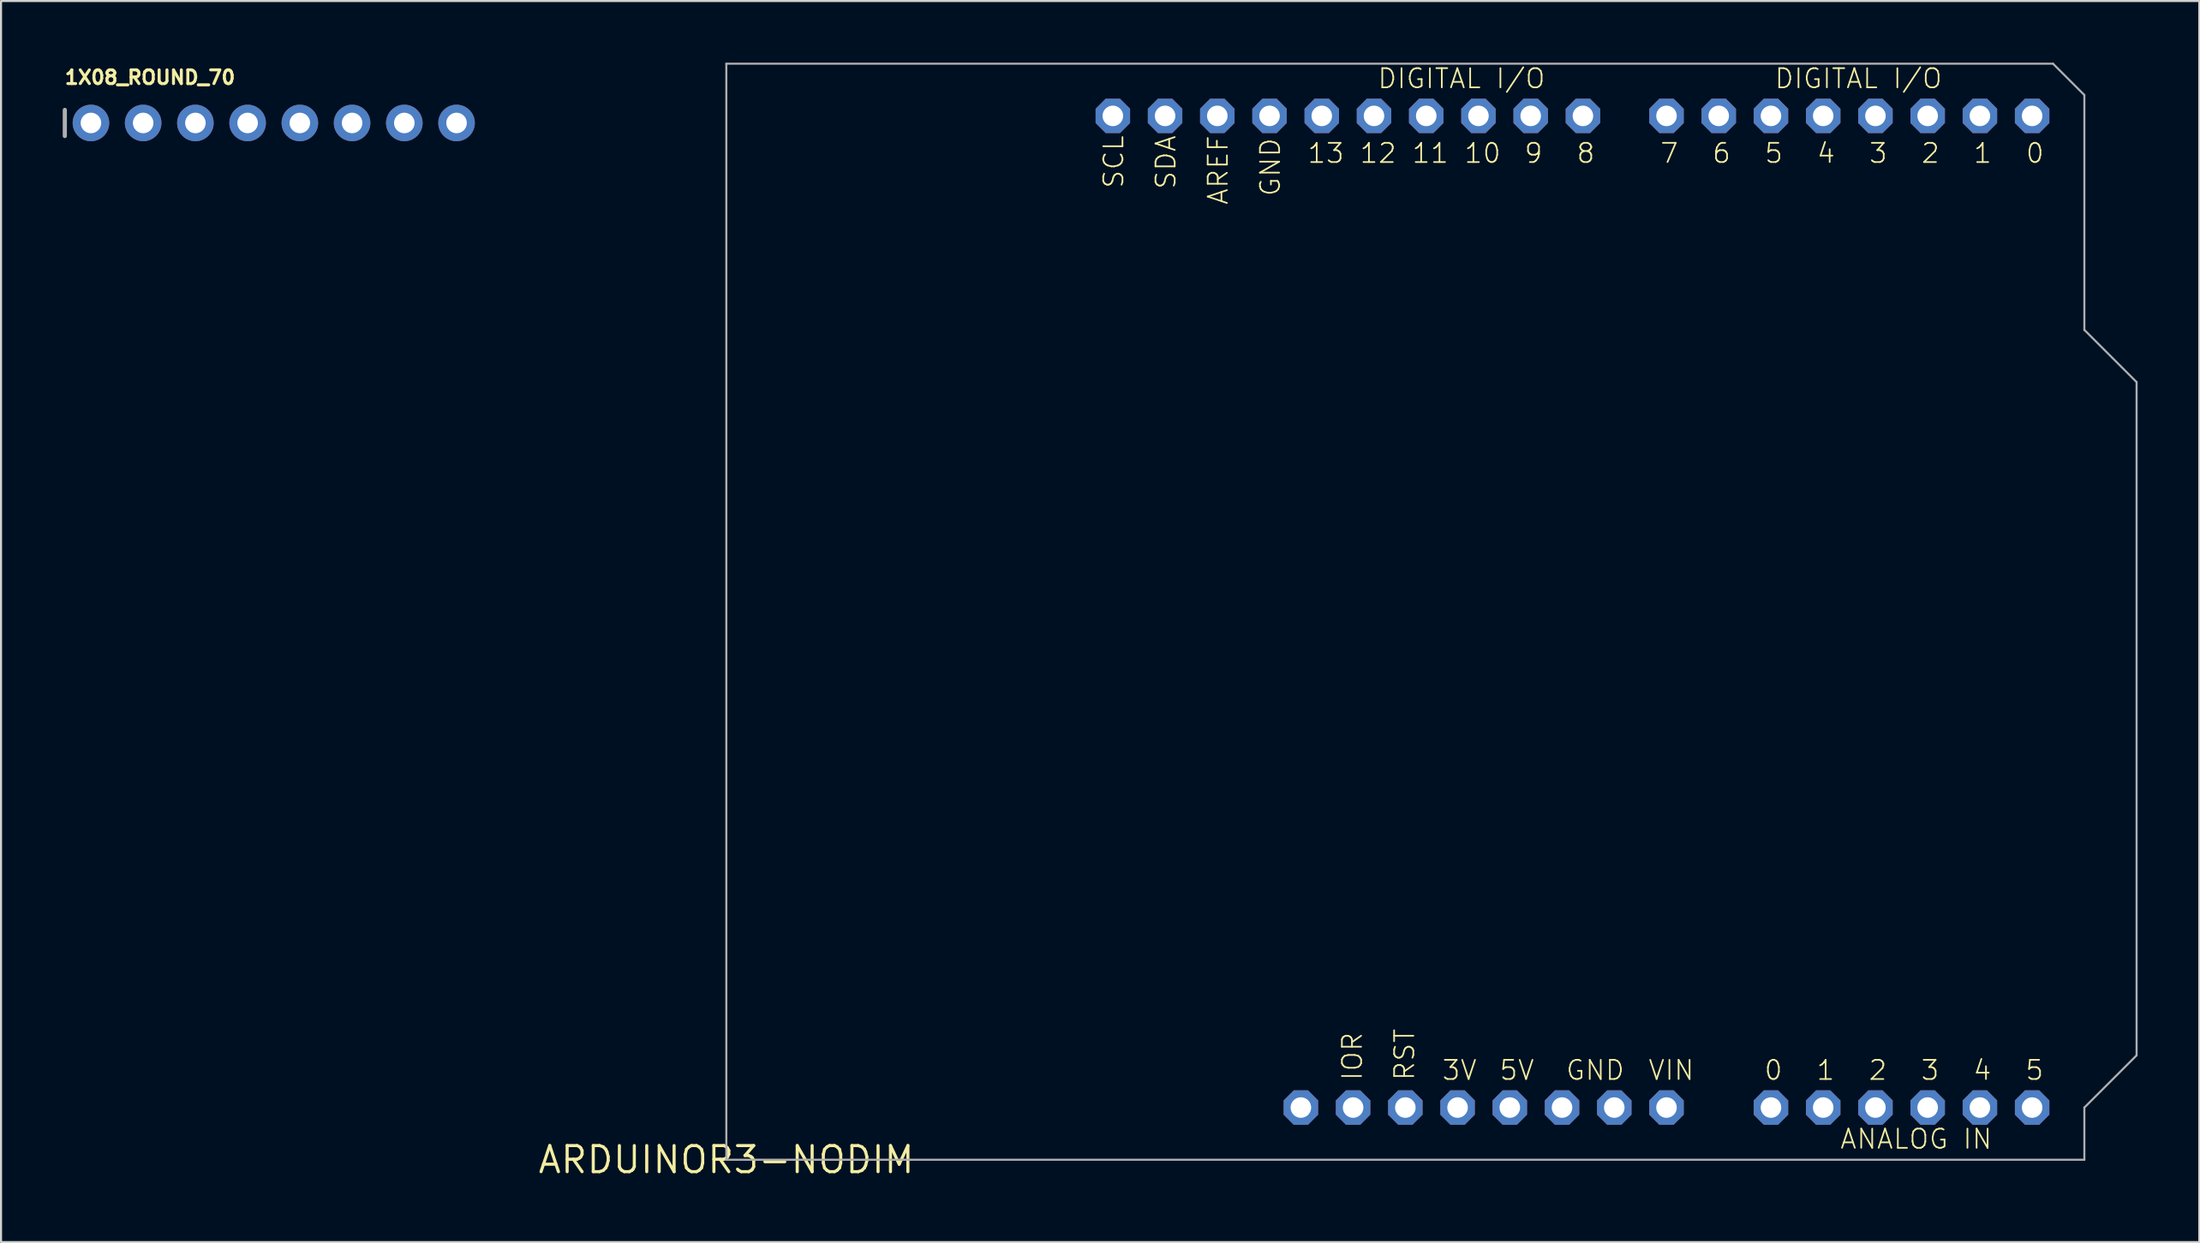
<source format=kicad_pcb>
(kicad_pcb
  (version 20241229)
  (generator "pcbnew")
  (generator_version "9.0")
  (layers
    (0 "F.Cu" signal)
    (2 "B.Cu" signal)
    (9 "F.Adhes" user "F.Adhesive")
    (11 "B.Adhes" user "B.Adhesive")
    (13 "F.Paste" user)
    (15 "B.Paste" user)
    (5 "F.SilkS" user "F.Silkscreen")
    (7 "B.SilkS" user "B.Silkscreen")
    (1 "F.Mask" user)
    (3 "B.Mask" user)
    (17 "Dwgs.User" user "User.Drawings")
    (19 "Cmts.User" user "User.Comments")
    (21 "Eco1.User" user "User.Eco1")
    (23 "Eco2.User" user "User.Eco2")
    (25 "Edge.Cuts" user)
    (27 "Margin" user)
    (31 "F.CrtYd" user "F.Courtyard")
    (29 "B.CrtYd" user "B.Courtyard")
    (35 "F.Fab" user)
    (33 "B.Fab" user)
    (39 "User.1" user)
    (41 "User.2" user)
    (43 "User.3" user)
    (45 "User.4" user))
  (footprint "ARDUINOR3-NODIM"
    (layer "F.Cu")
    (at 32.271 53.39)
    (property "Reference" "ARDUINOR3-NODIM" (at 0 0 0) (layer "F.SilkS") (effects (font (size 1.27 1.27) (thickness 0.15))))
    (fp_line (start 0 -53.34) (end 0 0) (stroke (width 0.1) (type solid)) (layer "F.Fab"))
    (fp_line (start 0 0) (end 66.04 0) (stroke (width 0.1) (type solid)) (layer "F.Fab"))
    (fp_line (start 64.516 -53.34) (end 0 -53.34) (stroke (width 0.1) (type solid)) (layer "F.Fab"))
    (fp_line (start 66.04 -51.816) (end 64.516 -53.34) (stroke (width 0.1) (type solid)) (layer "F.Fab"))
    (fp_line (start 66.04 -40.386) (end 66.04 -51.816) (stroke (width 0.1) (type solid)) (layer "F.Fab"))
    (fp_line (start 66.04 -2.54) (end 68.58 -5.08) (stroke (width 0.1) (type solid)) (layer "F.Fab"))
    (fp_line (start 66.04 0) (end 66.04 -2.54) (stroke (width 0.1) (type solid)) (layer "F.Fab"))
    (fp_line (start 68.58 -37.846) (end 66.04 -40.386) (stroke (width 0.1) (type solid)) (layer "F.Fab"))
    (fp_line (start 68.58 -5.08) (end 68.58 -37.846) (stroke (width 0.1) (type solid)) (layer "F.Fab"))
    (fp_text user "8" (at 42.291 -49.53 0) (layer "F.SilkS") (effects (font (size 0.935 0.935) (thickness 0.081)) (justify right top)))
    (fp_text user "2" (at 55.499 -3.81 0) (layer "F.SilkS") (effects (font (size 0.935 0.935) (thickness 0.081)) (justify left bottom)))
    (fp_text user "7" (at 46.355 -49.53 0) (layer "F.SilkS") (effects (font (size 0.935 0.935) (thickness 0.081)) (justify right top)))
    (fp_text user "IOR" (at 30.988 -3.8 90) (layer "F.SilkS") (effects (font (size 0.935 0.935) (thickness 0.081)) (justify left bottom)))
    (fp_text user "5" (at 51.435 -49.53 0) (layer "F.SilkS") (effects (font (size 0.935 0.935) (thickness 0.081)) (justify right top)))
    (fp_text user "DIGITAL I/O" (at 50.927 -52.07 0) (layer "F.SilkS") (effects (font (size 0.935 0.935) (thickness 0.081)) (justify left bottom)))
    (fp_text user "SCL" (at 18.288 -49.911 90) (layer "F.SilkS") (effects (font (size 0.935 0.935) (thickness 0.081)) (justify right top)))
    (fp_text user "RST" (at 33.528 -3.8 90) (layer "F.SilkS") (effects (font (size 0.935 0.935) (thickness 0.081)) (justify left bottom)))
    (fp_text user "4" (at 60.579 -3.81 0) (layer "F.SilkS") (effects (font (size 0.935 0.935) (thickness 0.081)) (justify left bottom)))
    (fp_text user "0" (at 64.135 -49.53 0) (layer "F.SilkS") (effects (font (size 0.935 0.935) (thickness 0.081)) (justify right top)))
    (fp_text user "1" (at 61.595 -49.53 0) (layer "F.SilkS") (effects (font (size 0.935 0.935) (thickness 0.081)) (justify right top)))
    (fp_text user "11" (at 35.179 -49.53 0) (layer "F.SilkS") (effects (font (size 0.935 0.935) (thickness 0.081)) (justify right top)))
    (fp_text user "VIN" (at 44.785 -3.81 0) (layer "F.SilkS") (effects (font (size 0.935 0.935) (thickness 0.081)) (justify left bottom)))
    (fp_text user "3V" (at 34.752 -3.81 0) (layer "F.SilkS") (effects (font (size 0.935 0.935) (thickness 0.081)) (justify left bottom)))
    (fp_text user "4" (at 53.975 -49.53 0) (layer "F.SilkS") (effects (font (size 0.935 0.935) (thickness 0.081)) (justify right top)))
    (fp_text user "10" (at 37.719 -49.53 0) (layer "F.SilkS") (effects (font (size 0.935 0.935) (thickness 0.081)) (justify right top)))
    (fp_text user "1" (at 52.959 -3.81 0) (layer "F.SilkS") (effects (font (size 0.935 0.935) (thickness 0.081)) (justify left bottom)))
    (fp_text user "GND" (at 25.908 -49.784 90) (layer "F.SilkS") (effects (font (size 0.935 0.935) (thickness 0.081)) (justify right top)))
    (fp_text user "0" (at 50.419 -3.81 0) (layer "F.SilkS") (effects (font (size 0.935 0.935) (thickness 0.081)) (justify left bottom)))
    (fp_text user "5" (at 63.119 -3.81 0) (layer "F.SilkS") (effects (font (size 0.935 0.935) (thickness 0.081)) (justify left bottom)))
    (fp_text user "12" (at 32.639 -49.53 0) (layer "F.SilkS") (effects (font (size 0.935 0.935) (thickness 0.081)) (justify right top)))
    (fp_text user "AREF" (at 23.368 -49.911 90) (layer "F.SilkS") (effects (font (size 0.935 0.935) (thickness 0.081)) (justify right top)))
    (fp_text user "SDA" (at 20.828 -49.911 90) (layer "F.SilkS") (effects (font (size 0.935 0.935) (thickness 0.081)) (justify right top)))
    (fp_text user "3" (at 56.515 -49.53 0) (layer "F.SilkS") (effects (font (size 0.935 0.935) (thickness 0.081)) (justify right top)))
    (fp_text user "6" (at 48.895 -49.53 0) (layer "F.SilkS") (effects (font (size 0.935 0.935) (thickness 0.081)) (justify right top)))
    (fp_text user "ANALOG IN" (at 54.112 -0.462 0) (layer "F.SilkS") (effects (font (size 0.935 0.935) (thickness 0.081)) (justify left bottom)))
    (fp_text user "2" (at 59.055 -49.53 0) (layer "F.SilkS") (effects (font (size 0.935 0.935) (thickness 0.081)) (justify right top)))
    (fp_text user "9" (at 39.751 -49.53 0) (layer "F.SilkS") (effects (font (size 0.935 0.935) (thickness 0.081)) (justify right top)))
    (fp_text user "DIGITAL I/O" (at 31.623 -52.07 0) (layer "F.SilkS") (effects (font (size 0.935 0.935) (thickness 0.081)) (justify left bottom)))
    (fp_text user "5V" (at 37.546 -3.81 0) (layer "F.SilkS") (effects (font (size 0.935 0.935) (thickness 0.081)) (justify left bottom)))
    (fp_text user "13" (at 30.099 -49.53 0) (layer "F.SilkS") (effects (font (size 0.935 0.935) (thickness 0.081)) (justify right top)))
    (fp_text user "GND" (at 40.777 -3.81 0) (layer "F.SilkS") (effects (font (size 0.935 0.935) (thickness 0.081)) (justify left bottom)))
    (fp_text user "3" (at 58.039 -3.81 0) (layer "F.SilkS") (effects (font (size 0.935 0.935) (thickness 0.081)) (justify left bottom)))
    (pad "3V" thru_hole roundrect (at 35.56 -2.54) (size 1.676 1.676) (drill 1) (layers "*.Cu" "*.Mask") (roundrect_rratio 0.25) (chamfer_ratio 0.293) (chamfer top_left top_right bottom_left bottom_right))
    (pad "5V" thru_hole roundrect (at 38.1 -2.54) (size 1.676 1.676) (drill 1) (layers "*.Cu" "*.Mask") (roundrect_rratio 0.25) (chamfer_ratio 0.293) (chamfer top_left top_right bottom_left bottom_right))
    (pad "A0" thru_hole roundrect (at 50.8 -2.54) (size 1.676 1.676) (drill 1) (layers "*.Cu" "*.Mask") (roundrect_rratio 0.25) (chamfer_ratio 0.293) (chamfer top_left top_right bottom_left bottom_right))
    (pad "A1" thru_hole roundrect (at 53.34 -2.54) (size 1.676 1.676) (drill 1) (layers "*.Cu" "*.Mask") (roundrect_rratio 0.25) (chamfer_ratio 0.293) (chamfer top_left top_right bottom_left bottom_right))
    (pad "A2" thru_hole roundrect (at 55.88 -2.54) (size 1.676 1.676) (drill 1) (layers "*.Cu" "*.Mask") (roundrect_rratio 0.25) (chamfer_ratio 0.293) (chamfer top_left top_right bottom_left bottom_right))
    (pad "A3" thru_hole roundrect (at 58.42 -2.54) (size 1.676 1.676) (drill 1) (layers "*.Cu" "*.Mask") (roundrect_rratio 0.25) (chamfer_ratio 0.293) (chamfer top_left top_right bottom_left bottom_right))
    (pad "A4" thru_hole roundrect (at 60.96 -2.54) (size 1.676 1.676) (drill 1) (layers "*.Cu" "*.Mask") (roundrect_rratio 0.25) (chamfer_ratio 0.293) (chamfer top_left top_right bottom_left bottom_right))
    (pad "A5" thru_hole roundrect (at 63.5 -2.54) (size 1.676 1.676) (drill 1) (layers "*.Cu" "*.Mask") (roundrect_rratio 0.25) (chamfer_ratio 0.293) (chamfer top_left top_right bottom_left bottom_right))
    (pad "AREF" thru_hole roundrect (at 23.876 -50.8) (size 1.676 1.676) (drill 1) (layers "*.Cu" "*.Mask") (roundrect_rratio 0.25) (chamfer_ratio 0.293) (chamfer top_left top_right bottom_left bottom_right))
    (pad "D0" thru_hole roundrect (at 63.5 -50.8) (size 1.676 1.676) (drill 1) (layers "*.Cu" "*.Mask") (roundrect_rratio 0.25) (chamfer_ratio 0.293) (chamfer top_left top_right bottom_left bottom_right))
    (pad "D1" thru_hole roundrect (at 60.96 -50.8) (size 1.676 1.676) (drill 1) (layers "*.Cu" "*.Mask") (roundrect_rratio 0.25) (chamfer_ratio 0.293) (chamfer top_left top_right bottom_left bottom_right))
    (pad "D2" thru_hole roundrect (at 58.42 -50.8) (size 1.676 1.676) (drill 1) (layers "*.Cu" "*.Mask") (roundrect_rratio 0.25) (chamfer_ratio 0.293) (chamfer top_left top_right bottom_left bottom_right))
    (pad "D3" thru_hole roundrect (at 55.88 -50.8) (size 1.676 1.676) (drill 1) (layers "*.Cu" "*.Mask") (roundrect_rratio 0.25) (chamfer_ratio 0.293) (chamfer top_left top_right bottom_left bottom_right))
    (pad "D4" thru_hole roundrect (at 53.34 -50.8) (size 1.676 1.676) (drill 1) (layers "*.Cu" "*.Mask") (roundrect_rratio 0.25) (chamfer_ratio 0.293) (chamfer top_left top_right bottom_left bottom_right))
    (pad "D5" thru_hole roundrect (at 50.8 -50.8) (size 1.676 1.676) (drill 1) (layers "*.Cu" "*.Mask") (roundrect_rratio 0.25) (chamfer_ratio 0.293) (chamfer top_left top_right bottom_left bottom_right))
    (pad "D6" thru_hole roundrect (at 48.26 -50.8) (size 1.676 1.676) (drill 1) (layers "*.Cu" "*.Mask") (roundrect_rratio 0.25) (chamfer_ratio 0.293) (chamfer top_left top_right bottom_left bottom_right))
    (pad "D7" thru_hole roundrect (at 45.72 -50.8) (size 1.676 1.676) (drill 1) (layers "*.Cu" "*.Mask") (roundrect_rratio 0.25) (chamfer_ratio 0.293) (chamfer top_left top_right bottom_left bottom_right))
    (pad "D8" thru_hole roundrect (at 41.656 -50.8) (size 1.676 1.676) (drill 1) (layers "*.Cu" "*.Mask") (roundrect_rratio 0.25) (chamfer_ratio 0.293) (chamfer top_left top_right bottom_left bottom_right))
    (pad "D9" thru_hole roundrect (at 39.116 -50.8) (size 1.676 1.676) (drill 1) (layers "*.Cu" "*.Mask") (roundrect_rratio 0.25) (chamfer_ratio 0.293) (chamfer top_left top_right bottom_left bottom_right))
    (pad "D10" thru_hole roundrect (at 36.576 -50.8) (size 1.676 1.676) (drill 1) (layers "*.Cu" "*.Mask") (roundrect_rratio 0.25) (chamfer_ratio 0.293) (chamfer top_left top_right bottom_left bottom_right))
    (pad "D11" thru_hole roundrect (at 34.036 -50.8) (size 1.676 1.676) (drill 1) (layers "*.Cu" "*.Mask") (roundrect_rratio 0.25) (chamfer_ratio 0.293) (chamfer top_left top_right bottom_left bottom_right))
    (pad "D12" thru_hole roundrect (at 31.496 -50.8) (size 1.676 1.676) (drill 1) (layers "*.Cu" "*.Mask") (roundrect_rratio 0.25) (chamfer_ratio 0.293) (chamfer top_left top_right bottom_left bottom_right))
    (pad "D13" thru_hole roundrect (at 28.956 -50.8) (size 1.676 1.676) (drill 1) (layers "*.Cu" "*.Mask") (roundrect_rratio 0.25) (chamfer_ratio 0.293) (chamfer top_left top_right bottom_left bottom_right))
    (pad "GND" thru_hole roundrect (at 26.416 -50.8) (size 1.676 1.676) (drill 1) (layers "*.Cu" "*.Mask") (roundrect_rratio 0.25) (chamfer_ratio 0.293) (chamfer top_left top_right bottom_left bottom_right))
    (pad "GND1" thru_hole roundrect (at 43.18 -2.54) (size 1.676 1.676) (drill 1) (layers "*.Cu" "*.Mask") (roundrect_rratio 0.25) (chamfer_ratio 0.293) (chamfer top_left top_right bottom_left bottom_right))
    (pad "GND2" thru_hole roundrect (at 40.64 -2.54) (size 1.676 1.676) (drill 1) (layers "*.Cu" "*.Mask") (roundrect_rratio 0.25) (chamfer_ratio 0.293) (chamfer top_left top_right bottom_left bottom_right))
    (pad "IOREF" thru_hole roundrect (at 30.48 -2.54) (size 1.676 1.676) (drill 1) (layers "*.Cu" "*.Mask") (roundrect_rratio 0.25) (chamfer_ratio 0.293) (chamfer top_left top_right bottom_left bottom_right))
    (pad "RESERVED" thru_hole roundrect (at 27.94 -2.54) (size 1.676 1.676) (drill 1) (layers "*.Cu" "*.Mask") (roundrect_rratio 0.25) (chamfer_ratio 0.293) (chamfer top_left top_right bottom_left bottom_right))
    (pad "RESET" thru_hole roundrect (at 33.02 -2.54) (size 1.676 1.676) (drill 1) (layers "*.Cu" "*.Mask") (roundrect_rratio 0.25) (chamfer_ratio 0.293) (chamfer top_left top_right bottom_left bottom_right))
    (pad "SCL" thru_hole roundrect (at 18.796 -50.8) (size 1.676 1.676) (drill 1) (layers "*.Cu" "*.Mask") (roundrect_rratio 0.25) (chamfer_ratio 0.293) (chamfer top_left top_right bottom_left bottom_right))
    (pad "SDA" thru_hole roundrect (at 21.336 -50.8) (size 1.676 1.676) (drill 1) (layers "*.Cu" "*.Mask") (roundrect_rratio 0.25) (chamfer_ratio 0.293) (chamfer top_left top_right bottom_left bottom_right))
    (pad "VIN" thru_hole roundrect (at 45.72 -2.54) (size 1.676 1.676) (drill 1) (layers "*.Cu" "*.Mask") (roundrect_rratio 0.25) (chamfer_ratio 0.293) (chamfer top_left top_right bottom_left bottom_right)))
  (footprint "1X08_ROUND_70"
    (layer "F.Cu")
    (at 10.262 2.934)
    (property "Reference" "1X08_ROUND_70" (at -10.236 -1.829 0) (layer "F.SilkS") (effects (font (size 0.666 0.666) (thickness 0.146)) (justify left bottom)))
    (fp_line (start -10.16 -0.635) (end -10.16 0.635) (stroke (width 0.203) (type solid)) (layer "F.Fab"))
    (fp_poly (pts (xy -9.144 0.254) (xy -8.636 0.254) (xy -8.636 -0.254) (xy -9.144 -0.254)) (stroke (width 0.1) (type solid)) (fill no) (layer "F.Fab"))
    (fp_poly (pts (xy -6.604 0.254) (xy -6.096 0.254) (xy -6.096 -0.254) (xy -6.604 -0.254)) (stroke (width 0.1) (type solid)) (fill no) (layer "F.Fab"))
    (fp_poly (pts (xy -4.064 0.254) (xy -3.556 0.254) (xy -3.556 -0.254) (xy -4.064 -0.254)) (stroke (width 0.1) (type solid)) (fill no) (layer "F.Fab"))
    (fp_poly (pts (xy -1.524 0.254) (xy -1.016 0.254) (xy -1.016 -0.254) (xy -1.524 -0.254)) (stroke (width 0.1) (type solid)) (fill no) (layer "F.Fab"))
    (fp_poly (pts (xy 1.016 0.254) (xy 1.524 0.254) (xy 1.524 -0.254) (xy 1.016 -0.254)) (stroke (width 0.1) (type solid)) (fill no) (layer "F.Fab"))
    (fp_poly (pts (xy 3.556 0.254) (xy 4.064 0.254) (xy 4.064 -0.254) (xy 3.556 -0.254)) (stroke (width 0.1) (type solid)) (fill no) (layer "F.Fab"))
    (fp_poly (pts (xy 6.096 0.254) (xy 6.604 0.254) (xy 6.604 -0.254) (xy 6.096 -0.254)) (stroke (width 0.1) (type solid)) (fill no) (layer "F.Fab"))
    (fp_poly (pts (xy 8.636 0.254) (xy 9.144 0.254) (xy 9.144 -0.254) (xy 8.636 -0.254)) (stroke (width 0.1) (type solid)) (fill no) (layer "F.Fab"))
    (pad "1" thru_hole circle (at -8.89 0 90) (size 1.778 1.778) (drill 1) (layers "*.Cu" "*.Mask"))
    (pad "2" thru_hole circle (at -6.35 0 90) (size 1.778 1.778) (drill 1) (layers "*.Cu" "*.Mask"))
    (pad "3" thru_hole circle (at -3.81 0 90) (size 1.778 1.778) (drill 1) (layers "*.Cu" "*.Mask"))
    (pad "4" thru_hole circle (at -1.27 0 90) (size 1.778 1.778) (drill 1) (layers "*.Cu" "*.Mask"))
    (pad "5" thru_hole circle (at 1.27 0 90) (size 1.778 1.778) (drill 1) (layers "*.Cu" "*.Mask"))
    (pad "6" thru_hole circle (at 3.81 0 90) (size 1.778 1.778) (drill 1) (layers "*.Cu" "*.Mask"))
    (pad "7" thru_hole circle (at 6.35 0 90) (size 1.778 1.778) (drill 1) (layers "*.Cu" "*.Mask"))
    (pad "8" thru_hole circle (at 8.89 0 90) (size 1.778 1.778) (drill 1) (layers "*.Cu" "*.Mask")))
  (gr_rect
    (start -3 -3)
    (end 103.901 57.396)
    (stroke (width 0.1) (type default))
    (fill no)
    (layer "Edge.Cuts")))
</source>
